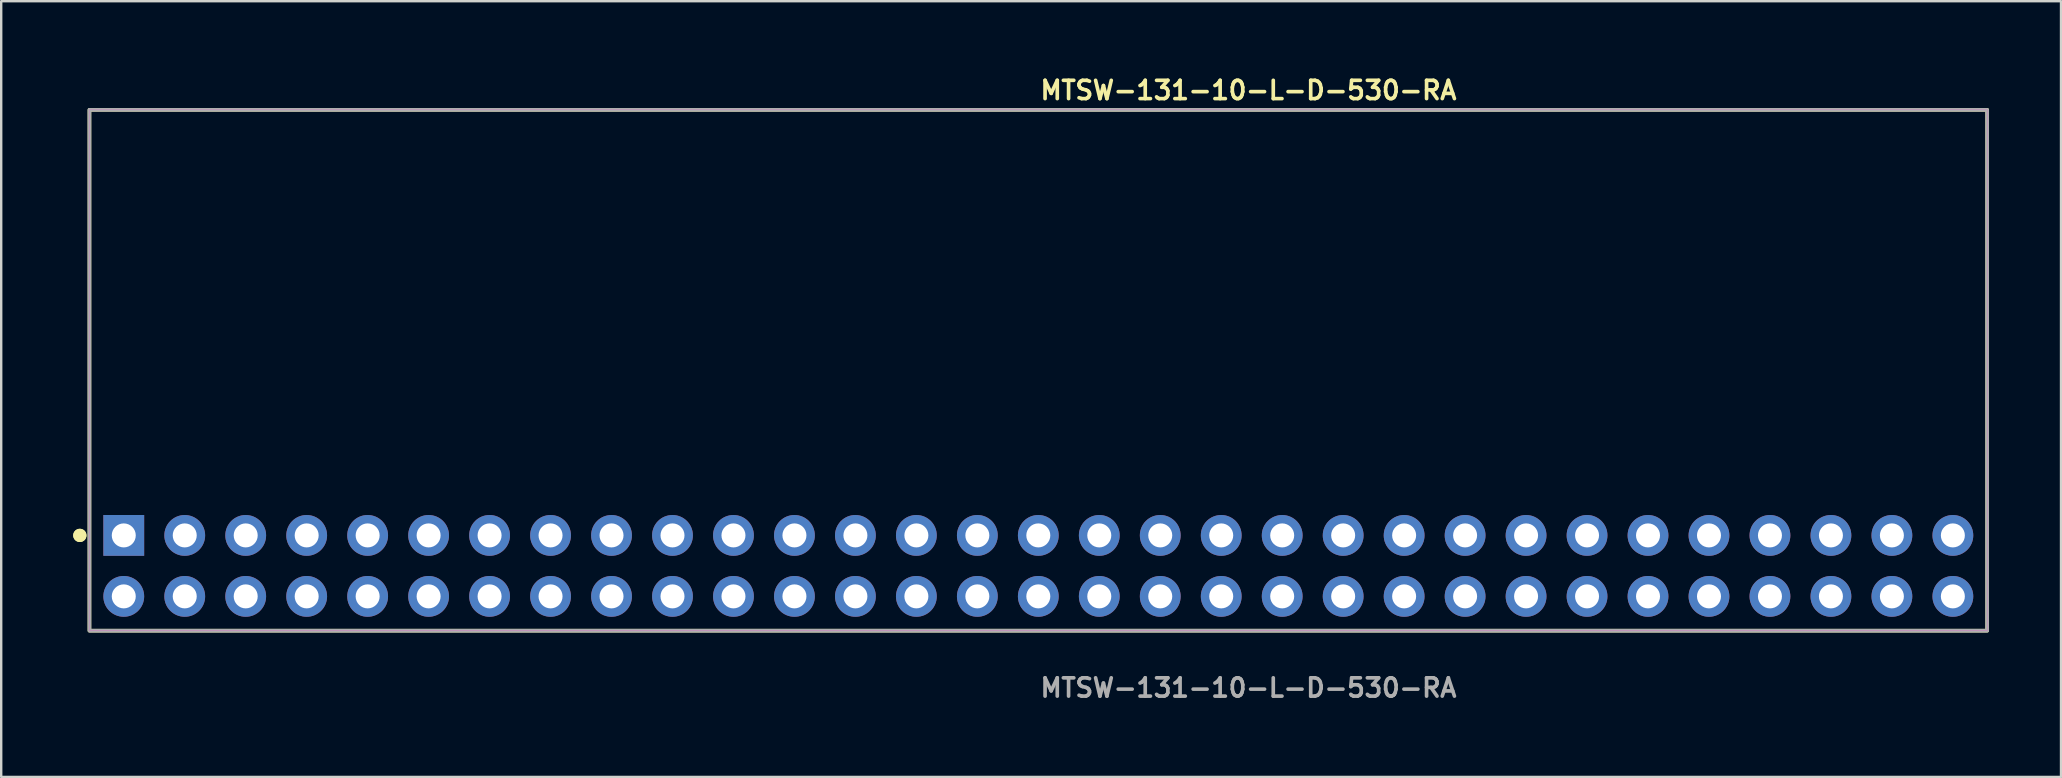
<source format=kicad_pcb>
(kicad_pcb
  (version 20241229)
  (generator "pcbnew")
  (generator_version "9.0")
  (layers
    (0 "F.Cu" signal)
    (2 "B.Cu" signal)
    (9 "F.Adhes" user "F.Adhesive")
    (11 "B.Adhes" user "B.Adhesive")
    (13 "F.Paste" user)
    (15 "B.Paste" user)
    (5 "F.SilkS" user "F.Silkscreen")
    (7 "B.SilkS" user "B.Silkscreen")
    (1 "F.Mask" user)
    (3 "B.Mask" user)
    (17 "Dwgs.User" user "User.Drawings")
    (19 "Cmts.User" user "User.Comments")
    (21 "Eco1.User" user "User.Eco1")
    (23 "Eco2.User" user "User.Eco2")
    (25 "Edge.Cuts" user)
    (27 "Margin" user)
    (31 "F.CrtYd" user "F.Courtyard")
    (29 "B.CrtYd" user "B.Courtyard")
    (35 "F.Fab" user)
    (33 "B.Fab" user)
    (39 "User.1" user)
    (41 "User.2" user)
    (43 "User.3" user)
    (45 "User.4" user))
  (footprint "MTSW-131-10-L-D-530-RA"
    (layer "F.Cu")
    (at 40.206 20.525)
    (property "Reference" "MTSW-131-10-L-D-530-RA" (at 0 -19.812 0) (unlocked yes) (layer "F.SilkS") (effects (font (size 0.762 0.762) (thickness 0.152)) (justify left)))
    (fp_rect (start -39.53 2.7) (end 39.53 -19) (stroke (width 0.152) (type solid)) (fill no) (layer "F.SilkS"))
    (fp_circle (center -39.93 -1.27) (end -40.13 -1.27) (stroke (width 0.152) (type solid)) (fill yes) (layer "F.SilkS"))
    (fp_circle (center -39.93 -1.27) (end -40.13 -1.27) (stroke (width 0.152) (type solid)) (fill yes) (layer "F.SilkS"))
    (fp_rect (start -39.53 2.7) (end 39.53 -19) (stroke (width 0.006) (type solid)) (fill no) (layer "F.CrtYd"))
    (fp_rect (start -39.53 2.7) (end 39.53 -19) (stroke (width 0.152) (type solid)) (fill no) (layer "F.Fab"))
    (fp_text user "${REFERENCE}" (at 0 5.08 0) (unlocked yes) (layer "F.Fab") (effects (font (size 0.762 0.762) (thickness 0.152)) (justify left)))
    (pad "1" thru_hole rect (at -38.1 -1.27) (size 1.7 1.7) (drill 1) (layers "*.Cu" "*.Mask"))
    (pad "2" thru_hole circle (at -38.1 1.27) (size 1.7 1.7) (drill 1) (layers "*.Cu" "*.Mask"))
    (pad "3" thru_hole circle (at -35.56 -1.27) (size 1.7 1.7) (drill 1) (layers "*.Cu" "*.Mask"))
    (pad "4" thru_hole circle (at -35.56 1.27) (size 1.7 1.7) (drill 1) (layers "*.Cu" "*.Mask"))
    (pad "5" thru_hole circle (at -33.02 -1.27) (size 1.7 1.7) (drill 1) (layers "*.Cu" "*.Mask"))
    (pad "6" thru_hole circle (at -33.02 1.27) (size 1.7 1.7) (drill 1) (layers "*.Cu" "*.Mask"))
    (pad "7" thru_hole circle (at -30.48 -1.27) (size 1.7 1.7) (drill 1) (layers "*.Cu" "*.Mask"))
    (pad "8" thru_hole circle (at -30.48 1.27) (size 1.7 1.7) (drill 1) (layers "*.Cu" "*.Mask"))
    (pad "9" thru_hole circle (at -27.94 -1.27) (size 1.7 1.7) (drill 1) (layers "*.Cu" "*.Mask"))
    (pad "10" thru_hole circle (at -27.94 1.27) (size 1.7 1.7) (drill 1) (layers "*.Cu" "*.Mask"))
    (pad "11" thru_hole circle (at -25.4 -1.27) (size 1.7 1.7) (drill 1) (layers "*.Cu" "*.Mask"))
    (pad "12" thru_hole circle (at -25.4 1.27) (size 1.7 1.7) (drill 1) (layers "*.Cu" "*.Mask"))
    (pad "13" thru_hole circle (at -22.86 -1.27) (size 1.7 1.7) (drill 1) (layers "*.Cu" "*.Mask"))
    (pad "14" thru_hole circle (at -22.86 1.27) (size 1.7 1.7) (drill 1) (layers "*.Cu" "*.Mask"))
    (pad "15" thru_hole circle (at -20.32 -1.27) (size 1.7 1.7) (drill 1) (layers "*.Cu" "*.Mask"))
    (pad "16" thru_hole circle (at -20.32 1.27) (size 1.7 1.7) (drill 1) (layers "*.Cu" "*.Mask"))
    (pad "17" thru_hole circle (at -17.78 -1.27) (size 1.7 1.7) (drill 1) (layers "*.Cu" "*.Mask"))
    (pad "18" thru_hole circle (at -17.78 1.27) (size 1.7 1.7) (drill 1) (layers "*.Cu" "*.Mask"))
    (pad "19" thru_hole circle (at -15.24 -1.27) (size 1.7 1.7) (drill 1) (layers "*.Cu" "*.Mask"))
    (pad "20" thru_hole circle (at -15.24 1.27) (size 1.7 1.7) (drill 1) (layers "*.Cu" "*.Mask"))
    (pad "21" thru_hole circle (at -12.7 -1.27) (size 1.7 1.7) (drill 1) (layers "*.Cu" "*.Mask"))
    (pad "22" thru_hole circle (at -12.7 1.27) (size 1.7 1.7) (drill 1) (layers "*.Cu" "*.Mask"))
    (pad "23" thru_hole circle (at -10.16 -1.27) (size 1.7 1.7) (drill 1) (layers "*.Cu" "*.Mask"))
    (pad "24" thru_hole circle (at -10.16 1.27) (size 1.7 1.7) (drill 1) (layers "*.Cu" "*.Mask"))
    (pad "25" thru_hole circle (at -7.62 -1.27) (size 1.7 1.7) (drill 1) (layers "*.Cu" "*.Mask"))
    (pad "26" thru_hole circle (at -7.62 1.27) (size 1.7 1.7) (drill 1) (layers "*.Cu" "*.Mask"))
    (pad "27" thru_hole circle (at -5.08 -1.27) (size 1.7 1.7) (drill 1) (layers "*.Cu" "*.Mask"))
    (pad "28" thru_hole circle (at -5.08 1.27) (size 1.7 1.7) (drill 1) (layers "*.Cu" "*.Mask"))
    (pad "29" thru_hole circle (at -2.54 -1.27) (size 1.7 1.7) (drill 1) (layers "*.Cu" "*.Mask"))
    (pad "30" thru_hole circle (at -2.54 1.27) (size 1.7 1.7) (drill 1) (layers "*.Cu" "*.Mask"))
    (pad "31" thru_hole circle (at 0 -1.27) (size 1.7 1.7) (drill 1) (layers "*.Cu" "*.Mask"))
    (pad "32" thru_hole circle (at 0 1.27) (size 1.7 1.7) (drill 1) (layers "*.Cu" "*.Mask"))
    (pad "33" thru_hole circle (at 2.54 -1.27) (size 1.7 1.7) (drill 1) (layers "*.Cu" "*.Mask"))
    (pad "34" thru_hole circle (at 2.54 1.27) (size 1.7 1.7) (drill 1) (layers "*.Cu" "*.Mask"))
    (pad "35" thru_hole circle (at 5.08 -1.27) (size 1.7 1.7) (drill 1) (layers "*.Cu" "*.Mask"))
    (pad "36" thru_hole circle (at 5.08 1.27) (size 1.7 1.7) (drill 1) (layers "*.Cu" "*.Mask"))
    (pad "37" thru_hole circle (at 7.62 -1.27) (size 1.7 1.7) (drill 1) (layers "*.Cu" "*.Mask"))
    (pad "38" thru_hole circle (at 7.62 1.27) (size 1.7 1.7) (drill 1) (layers "*.Cu" "*.Mask"))
    (pad "39" thru_hole circle (at 10.16 -1.27) (size 1.7 1.7) (drill 1) (layers "*.Cu" "*.Mask"))
    (pad "40" thru_hole circle (at 10.16 1.27) (size 1.7 1.7) (drill 1) (layers "*.Cu" "*.Mask"))
    (pad "41" thru_hole circle (at 12.7 -1.27) (size 1.7 1.7) (drill 1) (layers "*.Cu" "*.Mask"))
    (pad "42" thru_hole circle (at 12.7 1.27) (size 1.7 1.7) (drill 1) (layers "*.Cu" "*.Mask"))
    (pad "43" thru_hole circle (at 15.24 -1.27) (size 1.7 1.7) (drill 1) (layers "*.Cu" "*.Mask"))
    (pad "44" thru_hole circle (at 15.24 1.27) (size 1.7 1.7) (drill 1) (layers "*.Cu" "*.Mask"))
    (pad "45" thru_hole circle (at 17.78 -1.27) (size 1.7 1.7) (drill 1) (layers "*.Cu" "*.Mask"))
    (pad "46" thru_hole circle (at 17.78 1.27) (size 1.7 1.7) (drill 1) (layers "*.Cu" "*.Mask"))
    (pad "47" thru_hole circle (at 20.32 -1.27) (size 1.7 1.7) (drill 1) (layers "*.Cu" "*.Mask"))
    (pad "48" thru_hole circle (at 20.32 1.27) (size 1.7 1.7) (drill 1) (layers "*.Cu" "*.Mask"))
    (pad "49" thru_hole circle (at 22.86 -1.27) (size 1.7 1.7) (drill 1) (layers "*.Cu" "*.Mask"))
    (pad "50" thru_hole circle (at 22.86 1.27) (size 1.7 1.7) (drill 1) (layers "*.Cu" "*.Mask"))
    (pad "51" thru_hole circle (at 25.4 -1.27) (size 1.7 1.7) (drill 1) (layers "*.Cu" "*.Mask"))
    (pad "52" thru_hole circle (at 25.4 1.27) (size 1.7 1.7) (drill 1) (layers "*.Cu" "*.Mask"))
    (pad "53" thru_hole circle (at 27.94 -1.27) (size 1.7 1.7) (drill 1) (layers "*.Cu" "*.Mask"))
    (pad "54" thru_hole circle (at 27.94 1.27) (size 1.7 1.7) (drill 1) (layers "*.Cu" "*.Mask"))
    (pad "55" thru_hole circle (at 30.48 -1.27) (size 1.7 1.7) (drill 1) (layers "*.Cu" "*.Mask"))
    (pad "56" thru_hole circle (at 30.48 1.27) (size 1.7 1.7) (drill 1) (layers "*.Cu" "*.Mask"))
    (pad "57" thru_hole circle (at 33.02 -1.27) (size 1.7 1.7) (drill 1) (layers "*.Cu" "*.Mask"))
    (pad "58" thru_hole circle (at 33.02 1.27) (size 1.7 1.7) (drill 1) (layers "*.Cu" "*.Mask"))
    (pad "59" thru_hole circle (at 35.56 -1.27) (size 1.7 1.7) (drill 1) (layers "*.Cu" "*.Mask"))
    (pad "60" thru_hole circle (at 35.56 1.27) (size 1.7 1.7) (drill 1) (layers "*.Cu" "*.Mask"))
    (pad "61" thru_hole circle (at 38.1 -1.27) (size 1.7 1.7) (drill 1) (layers "*.Cu" "*.Mask"))
    (pad "62" thru_hole circle (at 38.1 1.27) (size 1.7 1.7) (drill 1) (layers "*.Cu" "*.Mask")))
  (gr_rect
    (start -3 -3)
    (end 82.812 29.318)
    (stroke (width 0.1) (type default))
    (fill no)
    (layer "Edge.Cuts")))
</source>
